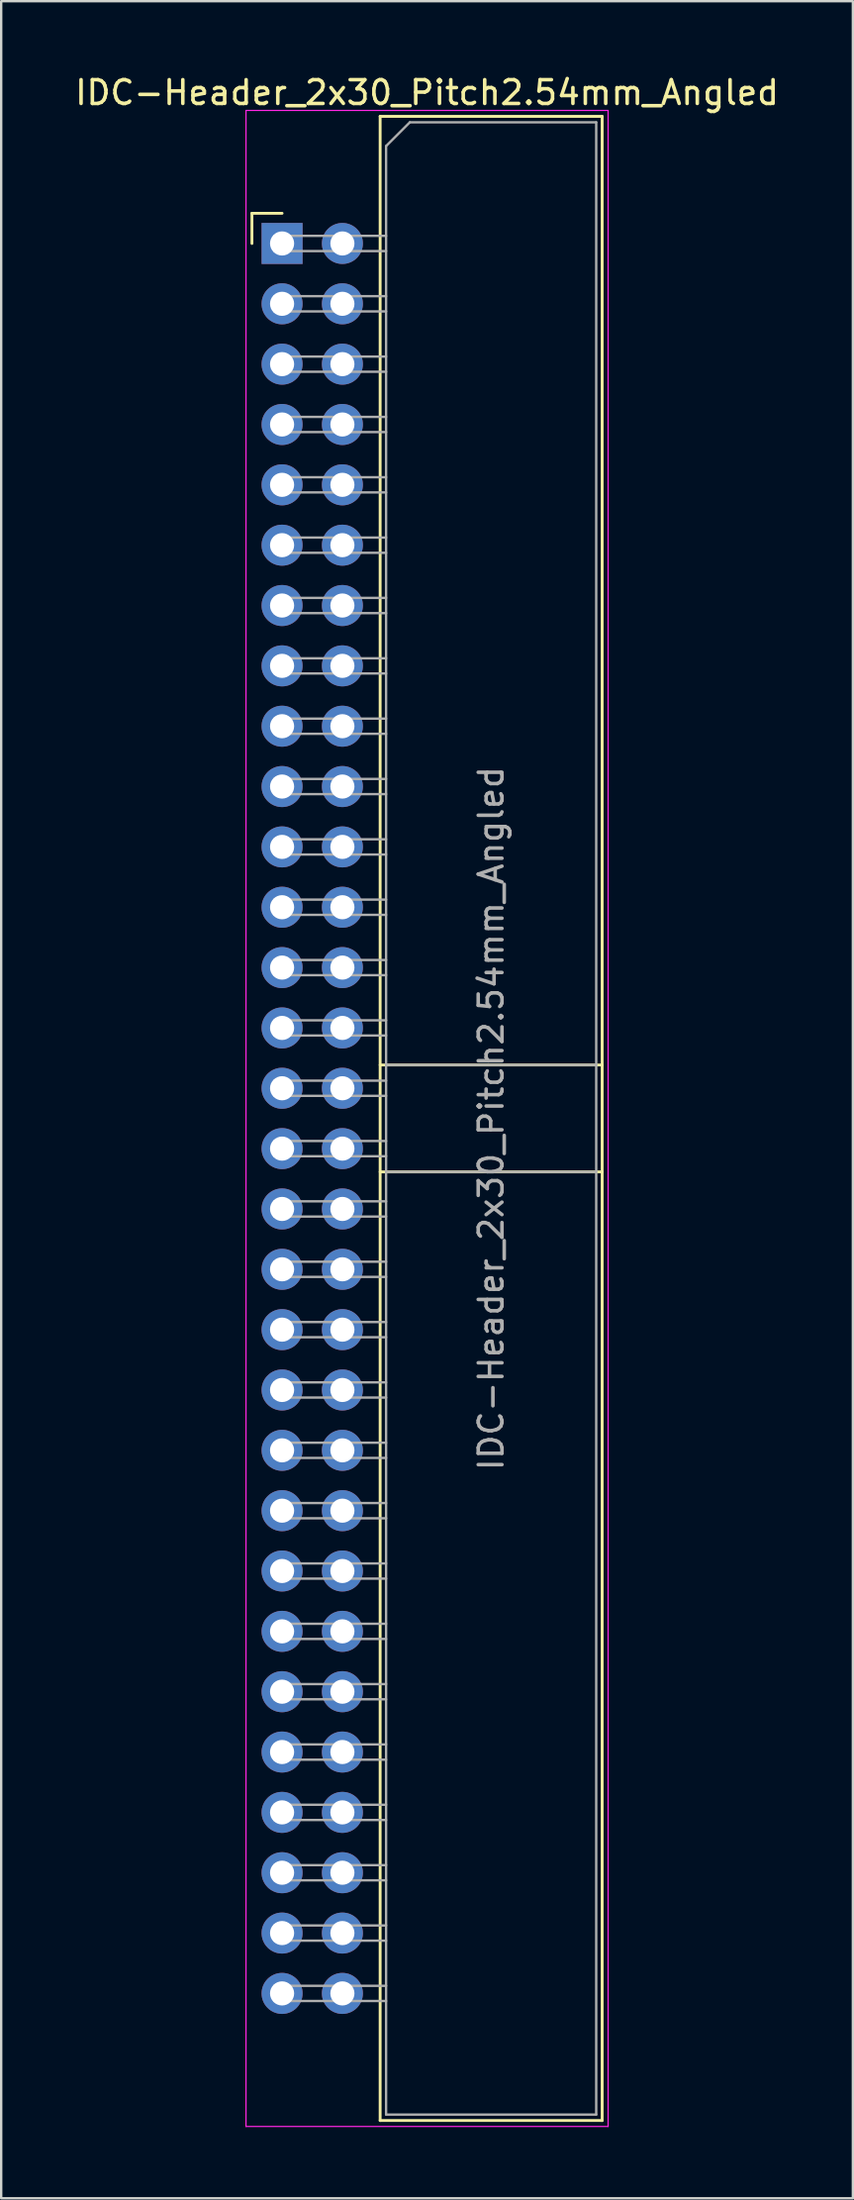
<source format=kicad_pcb>
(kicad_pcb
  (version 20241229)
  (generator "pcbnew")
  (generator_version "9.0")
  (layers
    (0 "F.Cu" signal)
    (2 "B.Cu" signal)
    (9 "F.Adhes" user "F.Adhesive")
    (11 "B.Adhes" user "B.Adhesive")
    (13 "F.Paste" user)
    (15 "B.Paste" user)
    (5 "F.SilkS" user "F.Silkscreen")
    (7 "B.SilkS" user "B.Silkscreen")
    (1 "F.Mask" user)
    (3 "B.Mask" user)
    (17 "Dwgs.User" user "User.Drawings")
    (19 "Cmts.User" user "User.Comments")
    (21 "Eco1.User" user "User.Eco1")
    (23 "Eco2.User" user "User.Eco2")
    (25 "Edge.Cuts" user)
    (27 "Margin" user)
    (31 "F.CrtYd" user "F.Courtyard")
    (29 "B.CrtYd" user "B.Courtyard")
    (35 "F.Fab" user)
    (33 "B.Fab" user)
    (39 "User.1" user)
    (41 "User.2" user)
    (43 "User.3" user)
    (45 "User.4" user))
  (footprint "IDC-Header_2x30_Pitch2.54mm_Angled"
    (layer "F.Cu")
    (at 8.83 7.198)
    (property "Reference" "IDC-Header_2x30_Pitch2.54mm_Angled" (at 6.105 -6.35 0) (layer "F.SilkS") (effects (font (size 1 1) (thickness 0.15))))
    (attr through_hole)
    (fp_line (start -1.27 -1.27) (end -1.27 0) (stroke (width 0.12) (type solid)) (layer "F.SilkS"))
    (fp_line (start 0 -1.27) (end -1.27 -1.27) (stroke (width 0.12) (type solid)) (layer "F.SilkS"))
    (fp_line (start 4.13 -5.35) (end 13.48 -5.35) (stroke (width 0.12) (type solid)) (layer "F.SilkS"))
    (fp_line (start 4.13 34.58) (end 13.48 34.58) (stroke (width 0.12) (type solid)) (layer "F.SilkS"))
    (fp_line (start 4.13 39.08) (end 13.48 39.08) (stroke (width 0.12) (type solid)) (layer "F.SilkS"))
    (fp_line (start 4.13 79.01) (end 4.13 -5.35) (stroke (width 0.12) (type solid)) (layer "F.SilkS"))
    (fp_line (start 4.13 79.01) (end 13.48 79.01) (stroke (width 0.12) (type solid)) (layer "F.SilkS"))
    (fp_line (start 13.48 -5.35) (end 13.48 79.01) (stroke (width 0.12) (type solid)) (layer "F.SilkS"))
    (fp_line (start -1.52 -5.6) (end 13.73 -5.6) (stroke (width 0.05) (type solid)) (layer "F.CrtYd"))
    (fp_line (start -1.52 79.26) (end -1.52 -5.6) (stroke (width 0.05) (type solid)) (layer "F.CrtYd"))
    (fp_line (start 13.73 -5.6) (end 13.73 79.26) (stroke (width 0.05) (type solid)) (layer "F.CrtYd"))
    (fp_line (start 13.73 79.26) (end -1.52 79.26) (stroke (width 0.05) (type solid)) (layer "F.CrtYd"))
    (fp_line (start -0.32 -0.32) (end -0.32 0.32) (stroke (width 0.1) (type solid)) (layer "F.Fab"))
    (fp_line (start -0.32 0.32) (end 4.38 0.32) (stroke (width 0.1) (type solid)) (layer "F.Fab"))
    (fp_line (start -0.32 2.22) (end -0.32 2.86) (stroke (width 0.1) (type solid)) (layer "F.Fab"))
    (fp_line (start -0.32 2.86) (end 4.38 2.86) (stroke (width 0.1) (type solid)) (layer "F.Fab"))
    (fp_line (start -0.32 4.76) (end -0.32 5.4) (stroke (width 0.1) (type solid)) (layer "F.Fab"))
    (fp_line (start -0.32 5.4) (end 4.38 5.4) (stroke (width 0.1) (type solid)) (layer "F.Fab"))
    (fp_line (start -0.32 7.3) (end -0.32 7.94) (stroke (width 0.1) (type solid)) (layer "F.Fab"))
    (fp_line (start -0.32 7.94) (end 4.38 7.94) (stroke (width 0.1) (type solid)) (layer "F.Fab"))
    (fp_line (start -0.32 9.84) (end -0.32 10.48) (stroke (width 0.1) (type solid)) (layer "F.Fab"))
    (fp_line (start -0.32 10.48) (end 4.38 10.48) (stroke (width 0.1) (type solid)) (layer "F.Fab"))
    (fp_line (start -0.32 12.38) (end -0.32 13.02) (stroke (width 0.1) (type solid)) (layer "F.Fab"))
    (fp_line (start -0.32 13.02) (end 4.38 13.02) (stroke (width 0.1) (type solid)) (layer "F.Fab"))
    (fp_line (start -0.32 14.92) (end -0.32 15.56) (stroke (width 0.1) (type solid)) (layer "F.Fab"))
    (fp_line (start -0.32 15.56) (end 4.38 15.56) (stroke (width 0.1) (type solid)) (layer "F.Fab"))
    (fp_line (start -0.32 17.46) (end -0.32 18.1) (stroke (width 0.1) (type solid)) (layer "F.Fab"))
    (fp_line (start -0.32 18.1) (end 4.38 18.1) (stroke (width 0.1) (type solid)) (layer "F.Fab"))
    (fp_line (start -0.32 20) (end -0.32 20.64) (stroke (width 0.1) (type solid)) (layer "F.Fab"))
    (fp_line (start -0.32 20.64) (end 4.38 20.64) (stroke (width 0.1) (type solid)) (layer "F.Fab"))
    (fp_line (start -0.32 22.54) (end -0.32 23.18) (stroke (width 0.1) (type solid)) (layer "F.Fab"))
    (fp_line (start -0.32 23.18) (end 4.38 23.18) (stroke (width 0.1) (type solid)) (layer "F.Fab"))
    (fp_line (start -0.32 25.08) (end -0.32 25.72) (stroke (width 0.1) (type solid)) (layer "F.Fab"))
    (fp_line (start -0.32 25.72) (end 4.38 25.72) (stroke (width 0.1) (type solid)) (layer "F.Fab"))
    (fp_line (start -0.32 27.62) (end -0.32 28.26) (stroke (width 0.1) (type solid)) (layer "F.Fab"))
    (fp_line (start -0.32 28.26) (end 4.38 28.26) (stroke (width 0.1) (type solid)) (layer "F.Fab"))
    (fp_line (start -0.32 30.16) (end -0.32 30.8) (stroke (width 0.1) (type solid)) (layer "F.Fab"))
    (fp_line (start -0.32 30.8) (end 4.38 30.8) (stroke (width 0.1) (type solid)) (layer "F.Fab"))
    (fp_line (start -0.32 32.7) (end -0.32 33.34) (stroke (width 0.1) (type solid)) (layer "F.Fab"))
    (fp_line (start -0.32 33.34) (end 4.38 33.34) (stroke (width 0.1) (type solid)) (layer "F.Fab"))
    (fp_line (start -0.32 35.24) (end -0.32 35.88) (stroke (width 0.1) (type solid)) (layer "F.Fab"))
    (fp_line (start -0.32 35.88) (end 4.38 35.88) (stroke (width 0.1) (type solid)) (layer "F.Fab"))
    (fp_line (start -0.32 37.78) (end -0.32 38.42) (stroke (width 0.1) (type solid)) (layer "F.Fab"))
    (fp_line (start -0.32 38.42) (end 4.38 38.42) (stroke (width 0.1) (type solid)) (layer "F.Fab"))
    (fp_line (start -0.32 40.32) (end -0.32 40.96) (stroke (width 0.1) (type solid)) (layer "F.Fab"))
    (fp_line (start -0.32 40.32) (end -0.32 40.96) (stroke (width 0.1) (type solid)) (layer "F.Fab"))
    (fp_line (start -0.32 40.96) (end 4.38 40.96) (stroke (width 0.1) (type solid)) (layer "F.Fab"))
    (fp_line (start -0.32 42.86) (end -0.32 43.5) (stroke (width 0.1) (type solid)) (layer "F.Fab"))
    (fp_line (start -0.32 42.86) (end -0.32 43.5) (stroke (width 0.1) (type solid)) (layer "F.Fab"))
    (fp_line (start -0.32 43.5) (end 4.38 43.5) (stroke (width 0.1) (type solid)) (layer "F.Fab"))
    (fp_line (start -0.32 45.4) (end -0.32 46.04) (stroke (width 0.1) (type solid)) (layer "F.Fab"))
    (fp_line (start -0.32 45.4) (end -0.32 46.04) (stroke (width 0.1) (type solid)) (layer "F.Fab"))
    (fp_line (start -0.32 46.04) (end 4.38 46.04) (stroke (width 0.1) (type solid)) (layer "F.Fab"))
    (fp_line (start -0.32 47.94) (end -0.32 48.58) (stroke (width 0.1) (type solid)) (layer "F.Fab"))
    (fp_line (start -0.32 47.94) (end -0.32 48.58) (stroke (width 0.1) (type solid)) (layer "F.Fab"))
    (fp_line (start -0.32 48.58) (end 4.38 48.58) (stroke (width 0.1) (type solid)) (layer "F.Fab"))
    (fp_line (start -0.32 50.48) (end -0.32 51.12) (stroke (width 0.1) (type solid)) (layer "F.Fab"))
    (fp_line (start -0.32 50.48) (end -0.32 51.12) (stroke (width 0.1) (type solid)) (layer "F.Fab"))
    (fp_line (start -0.32 51.12) (end 4.38 51.12) (stroke (width 0.1) (type solid)) (layer "F.Fab"))
    (fp_line (start -0.32 53.02) (end -0.32 53.66) (stroke (width 0.1) (type solid)) (layer "F.Fab"))
    (fp_line (start -0.32 53.02) (end -0.32 53.66) (stroke (width 0.1) (type solid)) (layer "F.Fab"))
    (fp_line (start -0.32 53.66) (end 4.38 53.66) (stroke (width 0.1) (type solid)) (layer "F.Fab"))
    (fp_line (start -0.32 55.56) (end -0.32 56.2) (stroke (width 0.1) (type solid)) (layer "F.Fab"))
    (fp_line (start -0.32 55.56) (end -0.32 56.2) (stroke (width 0.1) (type solid)) (layer "F.Fab"))
    (fp_line (start -0.32 56.2) (end 4.38 56.2) (stroke (width 0.1) (type solid)) (layer "F.Fab"))
    (fp_line (start -0.32 58.1) (end -0.32 58.74) (stroke (width 0.1) (type solid)) (layer "F.Fab"))
    (fp_line (start -0.32 58.1) (end -0.32 58.74) (stroke (width 0.1) (type solid)) (layer "F.Fab"))
    (fp_line (start -0.32 58.74) (end 4.38 58.74) (stroke (width 0.1) (type solid)) (layer "F.Fab"))
    (fp_line (start -0.32 60.64) (end -0.32 61.28) (stroke (width 0.1) (type solid)) (layer "F.Fab"))
    (fp_line (start -0.32 60.64) (end -0.32 61.28) (stroke (width 0.1) (type solid)) (layer "F.Fab"))
    (fp_line (start -0.32 61.28) (end 4.38 61.28) (stroke (width 0.1) (type solid)) (layer "F.Fab"))
    (fp_line (start -0.32 63.18) (end -0.32 63.82) (stroke (width 0.1) (type solid)) (layer "F.Fab"))
    (fp_line (start -0.32 63.18) (end -0.32 63.82) (stroke (width 0.1) (type solid)) (layer "F.Fab"))
    (fp_line (start -0.32 63.82) (end 4.38 63.82) (stroke (width 0.1) (type solid)) (layer "F.Fab"))
    (fp_line (start -0.32 65.72) (end -0.32 66.36) (stroke (width 0.1) (type solid)) (layer "F.Fab"))
    (fp_line (start -0.32 65.72) (end -0.32 66.36) (stroke (width 0.1) (type solid)) (layer "F.Fab"))
    (fp_line (start -0.32 66.36) (end 4.38 66.36) (stroke (width 0.1) (type solid)) (layer "F.Fab"))
    (fp_line (start -0.32 68.26) (end -0.32 68.9) (stroke (width 0.1) (type solid)) (layer "F.Fab"))
    (fp_line (start -0.32 68.26) (end -0.32 68.9) (stroke (width 0.1) (type solid)) (layer "F.Fab"))
    (fp_line (start -0.32 68.9) (end 4.38 68.9) (stroke (width 0.1) (type solid)) (layer "F.Fab"))
    (fp_line (start -0.32 70.8) (end -0.32 71.44) (stroke (width 0.1) (type solid)) (layer "F.Fab"))
    (fp_line (start -0.32 70.8) (end -0.32 71.44) (stroke (width 0.1) (type solid)) (layer "F.Fab"))
    (fp_line (start -0.32 71.44) (end 4.38 71.44) (stroke (width 0.1) (type solid)) (layer "F.Fab"))
    (fp_line (start -0.32 73.34) (end -0.32 73.98) (stroke (width 0.1) (type solid)) (layer "F.Fab"))
    (fp_line (start -0.32 73.34) (end -0.32 73.98) (stroke (width 0.1) (type solid)) (layer "F.Fab"))
    (fp_line (start -0.32 73.98) (end 4.38 73.98) (stroke (width 0.1) (type solid)) (layer "F.Fab"))
    (fp_line (start 4.38 -4.1) (end 5.38 -5.1) (stroke (width 0.1) (type solid)) (layer "F.Fab"))
    (fp_line (start 4.38 -0.32) (end -0.32 -0.32) (stroke (width 0.1) (type solid)) (layer "F.Fab"))
    (fp_line (start 4.38 2.22) (end -0.32 2.22) (stroke (width 0.1) (type solid)) (layer "F.Fab"))
    (fp_line (start 4.38 4.76) (end -0.32 4.76) (stroke (width 0.1) (type solid)) (layer "F.Fab"))
    (fp_line (start 4.38 7.3) (end -0.32 7.3) (stroke (width 0.1) (type solid)) (layer "F.Fab"))
    (fp_line (start 4.38 9.84) (end -0.32 9.84) (stroke (width 0.1) (type solid)) (layer "F.Fab"))
    (fp_line (start 4.38 12.38) (end -0.32 12.38) (stroke (width 0.1) (type solid)) (layer "F.Fab"))
    (fp_line (start 4.38 14.92) (end -0.32 14.92) (stroke (width 0.1) (type solid)) (layer "F.Fab"))
    (fp_line (start 4.38 17.46) (end -0.32 17.46) (stroke (width 0.1) (type solid)) (layer "F.Fab"))
    (fp_line (start 4.38 20) (end -0.32 20) (stroke (width 0.1) (type solid)) (layer "F.Fab"))
    (fp_line (start 4.38 22.54) (end -0.32 22.54) (stroke (width 0.1) (type solid)) (layer "F.Fab"))
    (fp_line (start 4.38 25.08) (end -0.32 25.08) (stroke (width 0.1) (type solid)) (layer "F.Fab"))
    (fp_line (start 4.38 27.62) (end -0.32 27.62) (stroke (width 0.1) (type solid)) (layer "F.Fab"))
    (fp_line (start 4.38 30.16) (end -0.32 30.16) (stroke (width 0.1) (type solid)) (layer "F.Fab"))
    (fp_line (start 4.38 32.7) (end -0.32 32.7) (stroke (width 0.1) (type solid)) (layer "F.Fab"))
    (fp_line (start 4.38 34.58) (end 13.23 34.58) (stroke (width 0.1) (type solid)) (layer "F.Fab"))
    (fp_line (start 4.38 35.24) (end -0.32 35.24) (stroke (width 0.1) (type solid)) (layer "F.Fab"))
    (fp_line (start 4.38 37.78) (end -0.32 37.78) (stroke (width 0.1) (type solid)) (layer "F.Fab"))
    (fp_line (start 4.38 39.08) (end 13.23 39.08) (stroke (width 0.1) (type solid)) (layer "F.Fab"))
    (fp_line (start 4.38 40.32) (end -0.32 40.32) (stroke (width 0.1) (type solid)) (layer "F.Fab"))
    (fp_line (start 4.38 42.86) (end -0.32 42.86) (stroke (width 0.1) (type solid)) (layer "F.Fab"))
    (fp_line (start 4.38 45.4) (end -0.32 45.4) (stroke (width 0.1) (type solid)) (layer "F.Fab"))
    (fp_line (start 4.38 47.94) (end -0.32 47.94) (stroke (width 0.1) (type solid)) (layer "F.Fab"))
    (fp_line (start 4.38 50.48) (end -0.32 50.48) (stroke (width 0.1) (type solid)) (layer "F.Fab"))
    (fp_line (start 4.38 53.02) (end -0.32 53.02) (stroke (width 0.1) (type solid)) (layer "F.Fab"))
    (fp_line (start 4.38 55.56) (end -0.32 55.56) (stroke (width 0.1) (type solid)) (layer "F.Fab"))
    (fp_line (start 4.38 58.1) (end -0.32 58.1) (stroke (width 0.1) (type solid)) (layer "F.Fab"))
    (fp_line (start 4.38 60.64) (end -0.32 60.64) (stroke (width 0.1) (type solid)) (layer "F.Fab"))
    (fp_line (start 4.38 63.18) (end -0.32 63.18) (stroke (width 0.1) (type solid)) (layer "F.Fab"))
    (fp_line (start 4.38 65.72) (end -0.32 65.72) (stroke (width 0.1) (type solid)) (layer "F.Fab"))
    (fp_line (start 4.38 68.26) (end -0.32 68.26) (stroke (width 0.1) (type solid)) (layer "F.Fab"))
    (fp_line (start 4.38 70.8) (end -0.32 70.8) (stroke (width 0.1) (type solid)) (layer "F.Fab"))
    (fp_line (start 4.38 73.34) (end -0.32 73.34) (stroke (width 0.1) (type solid)) (layer "F.Fab"))
    (fp_line (start 4.38 78.76) (end 4.38 -4.1) (stroke (width 0.1) (type solid)) (layer "F.Fab"))
    (fp_line (start 4.38 78.76) (end 13.23 78.76) (stroke (width 0.1) (type solid)) (layer "F.Fab"))
    (fp_line (start 5.38 -5.1) (end 13.23 -5.1) (stroke (width 0.1) (type solid)) (layer "F.Fab"))
    (fp_line (start 13.23 78.76) (end 13.23 -5.1) (stroke (width 0.1) (type solid)) (layer "F.Fab"))
    (fp_text user "${REFERENCE}" (at 8.805 36.83 90) (layer "F.Fab") (effects (font (size 1 1) (thickness 0.15))))
    (pad "1" thru_hole rect (at 0 0) (size 1.727 1.727) (drill 1.016) (layers "*.Cu" "*.Mask"))
    (pad "2" thru_hole oval (at 2.54 0) (size 1.727 1.727) (drill 1.016) (layers "*.Cu" "*.Mask"))
    (pad "3" thru_hole oval (at 0 2.54) (size 1.727 1.727) (drill 1.016) (layers "*.Cu" "*.Mask"))
    (pad "4" thru_hole oval (at 2.54 2.54) (size 1.727 1.727) (drill 1.016) (layers "*.Cu" "*.Mask"))
    (pad "5" thru_hole oval (at 0 5.08) (size 1.727 1.727) (drill 1.016) (layers "*.Cu" "*.Mask"))
    (pad "6" thru_hole oval (at 2.54 5.08) (size 1.727 1.727) (drill 1.016) (layers "*.Cu" "*.Mask"))
    (pad "7" thru_hole oval (at 0 7.62) (size 1.727 1.727) (drill 1.016) (layers "*.Cu" "*.Mask"))
    (pad "8" thru_hole oval (at 2.54 7.62) (size 1.727 1.727) (drill 1.016) (layers "*.Cu" "*.Mask"))
    (pad "9" thru_hole oval (at 0 10.16) (size 1.727 1.727) (drill 1.016) (layers "*.Cu" "*.Mask"))
    (pad "10" thru_hole oval (at 2.54 10.16) (size 1.727 1.727) (drill 1.016) (layers "*.Cu" "*.Mask"))
    (pad "11" thru_hole oval (at 0 12.7) (size 1.727 1.727) (drill 1.016) (layers "*.Cu" "*.Mask"))
    (pad "12" thru_hole oval (at 2.54 12.7) (size 1.727 1.727) (drill 1.016) (layers "*.Cu" "*.Mask"))
    (pad "13" thru_hole oval (at 0 15.24) (size 1.727 1.727) (drill 1.016) (layers "*.Cu" "*.Mask"))
    (pad "14" thru_hole oval (at 2.54 15.24) (size 1.727 1.727) (drill 1.016) (layers "*.Cu" "*.Mask"))
    (pad "15" thru_hole oval (at 0 17.78) (size 1.727 1.727) (drill 1.016) (layers "*.Cu" "*.Mask"))
    (pad "16" thru_hole oval (at 2.54 17.78) (size 1.727 1.727) (drill 1.016) (layers "*.Cu" "*.Mask"))
    (pad "17" thru_hole oval (at 0 20.32) (size 1.727 1.727) (drill 1.016) (layers "*.Cu" "*.Mask"))
    (pad "18" thru_hole oval (at 2.54 20.32) (size 1.727 1.727) (drill 1.016) (layers "*.Cu" "*.Mask"))
    (pad "19" thru_hole oval (at 0 22.86) (size 1.727 1.727) (drill 1.016) (layers "*.Cu" "*.Mask"))
    (pad "20" thru_hole oval (at 2.54 22.86) (size 1.727 1.727) (drill 1.016) (layers "*.Cu" "*.Mask"))
    (pad "21" thru_hole oval (at 0 25.4) (size 1.727 1.727) (drill 1.016) (layers "*.Cu" "*.Mask"))
    (pad "22" thru_hole oval (at 2.54 25.4) (size 1.727 1.727) (drill 1.016) (layers "*.Cu" "*.Mask"))
    (pad "23" thru_hole oval (at 0 27.94) (size 1.727 1.727) (drill 1.016) (layers "*.Cu" "*.Mask"))
    (pad "24" thru_hole oval (at 2.54 27.94) (size 1.727 1.727) (drill 1.016) (layers "*.Cu" "*.Mask"))
    (pad "25" thru_hole oval (at 0 30.48) (size 1.727 1.727) (drill 1.016) (layers "*.Cu" "*.Mask"))
    (pad "26" thru_hole oval (at 2.54 30.48) (size 1.727 1.727) (drill 1.016) (layers "*.Cu" "*.Mask"))
    (pad "27" thru_hole oval (at 0 33.02) (size 1.727 1.727) (drill 1.016) (layers "*.Cu" "*.Mask"))
    (pad "28" thru_hole oval (at 2.54 33.02) (size 1.727 1.727) (drill 1.016) (layers "*.Cu" "*.Mask"))
    (pad "29" thru_hole oval (at 0 35.56) (size 1.727 1.727) (drill 1.016) (layers "*.Cu" "*.Mask"))
    (pad "30" thru_hole oval (at 2.54 35.56) (size 1.727 1.727) (drill 1.016) (layers "*.Cu" "*.Mask"))
    (pad "31" thru_hole oval (at 0 38.1) (size 1.727 1.727) (drill 1.016) (layers "*.Cu" "*.Mask"))
    (pad "32" thru_hole oval (at 2.54 38.1) (size 1.727 1.727) (drill 1.016) (layers "*.Cu" "*.Mask"))
    (pad "33" thru_hole oval (at 0 40.64) (size 1.727 1.727) (drill 1.016) (layers "*.Cu" "*.Mask"))
    (pad "34" thru_hole oval (at 2.54 40.64) (size 1.727 1.727) (drill 1.016) (layers "*.Cu" "*.Mask"))
    (pad "35" thru_hole oval (at 0 43.18) (size 1.727 1.727) (drill 1.016) (layers "*.Cu" "*.Mask"))
    (pad "36" thru_hole oval (at 2.54 43.18) (size 1.727 1.727) (drill 1.016) (layers "*.Cu" "*.Mask"))
    (pad "37" thru_hole oval (at 0 45.72) (size 1.727 1.727) (drill 1.016) (layers "*.Cu" "*.Mask"))
    (pad "38" thru_hole oval (at 2.54 45.72) (size 1.727 1.727) (drill 1.016) (layers "*.Cu" "*.Mask"))
    (pad "39" thru_hole oval (at 0 48.26) (size 1.727 1.727) (drill 1.016) (layers "*.Cu" "*.Mask"))
    (pad "40" thru_hole oval (at 2.54 48.26) (size 1.727 1.727) (drill 1.016) (layers "*.Cu" "*.Mask"))
    (pad "41" thru_hole oval (at 0 50.8) (size 1.727 1.727) (drill 1.016) (layers "*.Cu" "*.Mask"))
    (pad "42" thru_hole oval (at 2.54 50.8) (size 1.727 1.727) (drill 1.016) (layers "*.Cu" "*.Mask"))
    (pad "43" thru_hole oval (at 0 53.34) (size 1.727 1.727) (drill 1.016) (layers "*.Cu" "*.Mask"))
    (pad "44" thru_hole oval (at 2.54 53.34) (size 1.727 1.727) (drill 1.016) (layers "*.Cu" "*.Mask"))
    (pad "45" thru_hole oval (at 0 55.88) (size 1.727 1.727) (drill 1.016) (layers "*.Cu" "*.Mask"))
    (pad "46" thru_hole oval (at 2.54 55.88) (size 1.727 1.727) (drill 1.016) (layers "*.Cu" "*.Mask"))
    (pad "47" thru_hole oval (at 0 58.42) (size 1.727 1.727) (drill 1.016) (layers "*.Cu" "*.Mask"))
    (pad "48" thru_hole oval (at 2.54 58.42) (size 1.727 1.727) (drill 1.016) (layers "*.Cu" "*.Mask"))
    (pad "49" thru_hole oval (at 0 60.96) (size 1.727 1.727) (drill 1.016) (layers "*.Cu" "*.Mask"))
    (pad "50" thru_hole oval (at 2.54 60.96) (size 1.727 1.727) (drill 1.016) (layers "*.Cu" "*.Mask"))
    (pad "51" thru_hole oval (at 0 63.5) (size 1.727 1.727) (drill 1.016) (layers "*.Cu" "*.Mask"))
    (pad "52" thru_hole oval (at 2.54 63.5) (size 1.727 1.727) (drill 1.016) (layers "*.Cu" "*.Mask"))
    (pad "53" thru_hole oval (at 0 66.04) (size 1.727 1.727) (drill 1.016) (layers "*.Cu" "*.Mask"))
    (pad "54" thru_hole oval (at 2.54 66.04) (size 1.727 1.727) (drill 1.016) (layers "*.Cu" "*.Mask"))
    (pad "55" thru_hole oval (at 0 68.58) (size 1.727 1.727) (drill 1.016) (layers "*.Cu" "*.Mask"))
    (pad "56" thru_hole oval (at 2.54 68.58) (size 1.727 1.727) (drill 1.016) (layers "*.Cu" "*.Mask"))
    (pad "57" thru_hole oval (at 0 71.12) (size 1.727 1.727) (drill 1.016) (layers "*.Cu" "*.Mask"))
    (pad "58" thru_hole oval (at 2.54 71.12) (size 1.727 1.727) (drill 1.016) (layers "*.Cu" "*.Mask"))
    (pad "59" thru_hole oval (at 0 73.66) (size 1.727 1.727) (drill 1.016) (layers "*.Cu" "*.Mask"))
    (pad "60" thru_hole oval (at 2.54 73.66) (size 1.727 1.727) (drill 1.016) (layers "*.Cu" "*.Mask")))
  (gr_rect
    (start -3 -3)
    (end 32.869 89.483)
    (stroke (width 0.1) (type default))
    (fill no)
    (layer "Edge.Cuts")))
</source>
